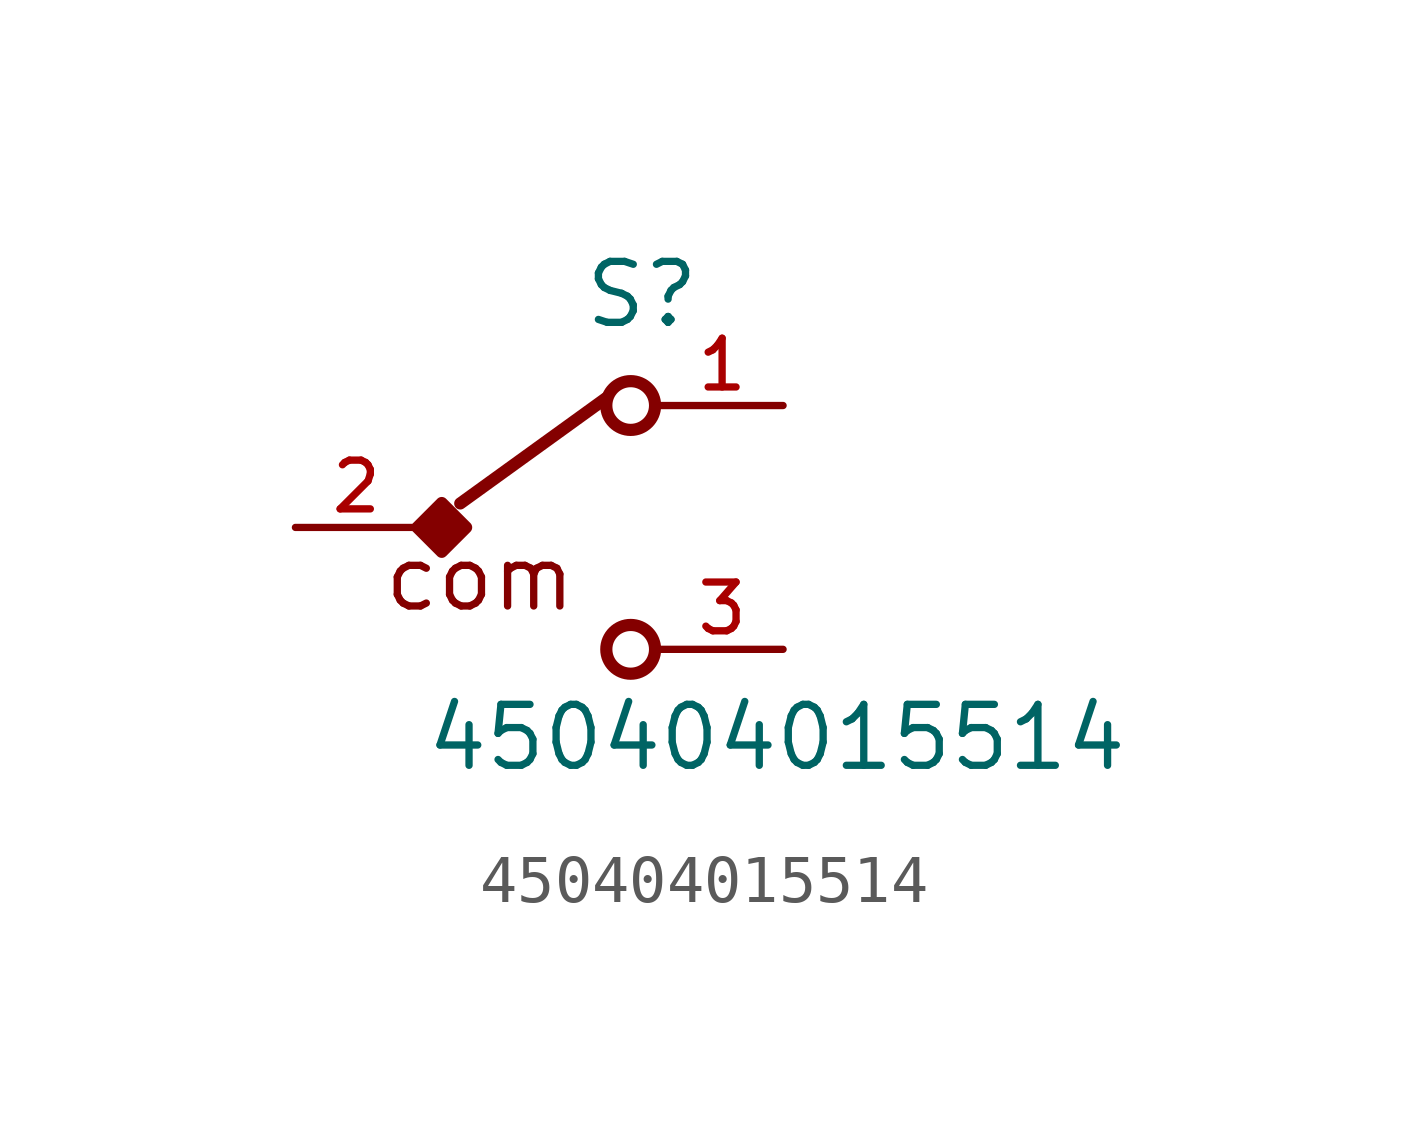
<source format=kicad_sym>
(kicad_symbol_lib
  (version 20211014)
  (generator kicad_symbol_editor)
  (symbol "450404015514"
    (pin_names
      (offset 1.016))
    (property "Reference" "S"
      (at 2.14 4.11 0)
      (effects (font (size 1.27 1.27)) (justify bottom)))
    (property "Value" "450404015514"
      (at -2.41 -5.12 0)
      (effects (font (size 1.27 1.27)) (justify bottom left)))
    (symbol "450404015514_0_0"
      (text "com" (at -3.3 -1.8 0) (effects (font (size 1.27 1.27)) (justify bottom left)))
      (circle (center 1.905 -2.54) (radius 0.508) (stroke (width 0.254)) (fill (type none)))
      (circle (center 1.905 2.54) (radius 0.508) (stroke (width 0.254)) (fill (type none)))
      (polyline (pts (xy -1.646 0.5) (xy 1.4 2.7)) (stroke (width 0.254)))
      (polyline (pts (xy -2.032 -0.508) (xy -2.54 0.0) (xy -2.032 0.508) (xy -1.524 0.0) (xy -2.032 -0.508)) (stroke (width 0.254)) (fill (type outline)))
      (pin passive line (at 5.08 2.54 180.0) (length 2.54) (name "~" (effects (font (size 1.016 1.016)))) (number "1" (effects (font (size 1.016 1.016)))))
      (pin passive line (at -5.08 0.0 0) (length 2.54) (name "~" (effects (font (size 1.016 1.016)))) (number "2" (effects (font (size 1.016 1.016)))))
      (pin passive line (at 5.08 -2.54 180.0) (length 2.54) (name "~" (effects (font (size 1.016 1.016)))) (number "3" (effects (font (size 1.016 1.016))))))))
</source>
